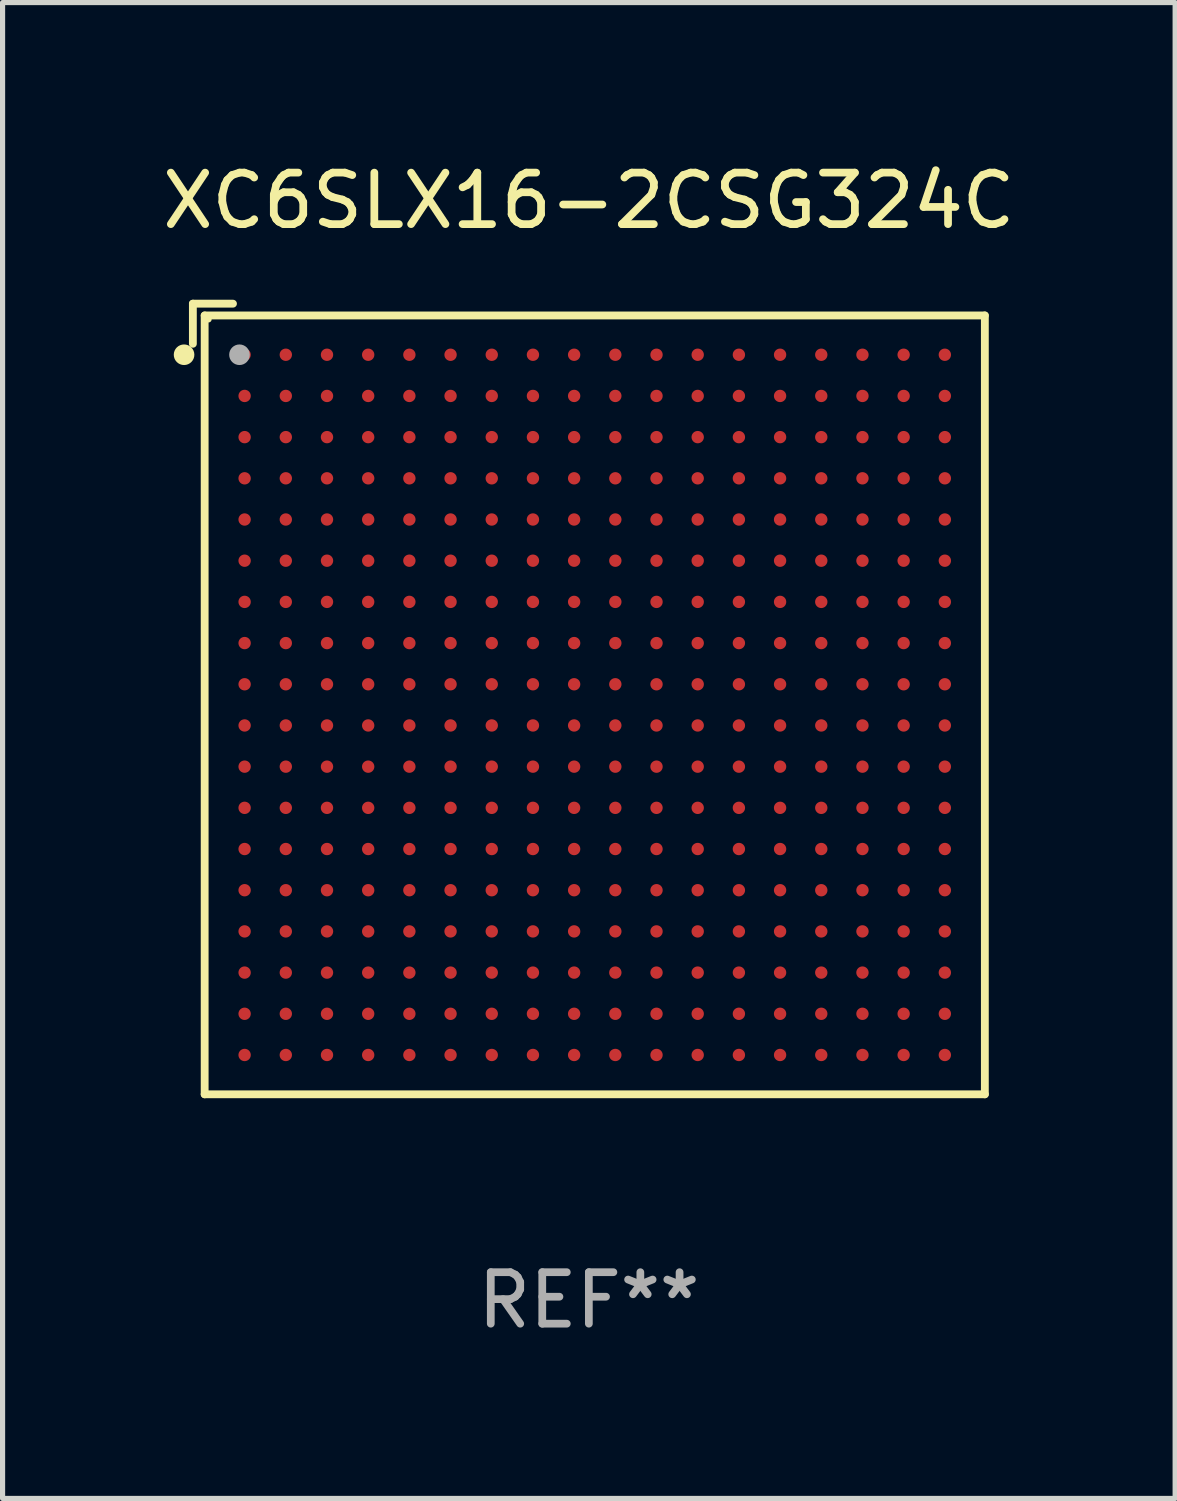
<source format=kicad_pcb>
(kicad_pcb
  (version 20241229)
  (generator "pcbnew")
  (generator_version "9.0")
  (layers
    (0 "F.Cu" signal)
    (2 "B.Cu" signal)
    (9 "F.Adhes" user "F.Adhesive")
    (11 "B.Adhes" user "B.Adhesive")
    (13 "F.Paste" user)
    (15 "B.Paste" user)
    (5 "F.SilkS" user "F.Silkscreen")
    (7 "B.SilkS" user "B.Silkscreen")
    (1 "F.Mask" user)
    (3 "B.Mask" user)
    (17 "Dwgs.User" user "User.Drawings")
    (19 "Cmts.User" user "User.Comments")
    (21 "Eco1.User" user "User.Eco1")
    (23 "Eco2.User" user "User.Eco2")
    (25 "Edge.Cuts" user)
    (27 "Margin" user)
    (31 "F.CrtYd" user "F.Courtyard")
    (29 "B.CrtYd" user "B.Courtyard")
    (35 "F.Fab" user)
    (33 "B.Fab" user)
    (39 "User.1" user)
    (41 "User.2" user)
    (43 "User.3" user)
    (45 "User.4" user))
  (footprint "XC6SLX16-2CSG324C"
    (layer "F.Cu")
    (at 8.387 10.526)
    (property "Reference" "XC6SLX16-2CSG324C" (at 0 -9.678 0) (layer "F.SilkS") (effects (font (size 1 1) (thickness 0.15))))
    (attr through_hole)
    (fp_line (start -7.691 -7.678) (end -7.691 -6.899) (stroke (width 0.152) (type solid)) (layer "F.SilkS"))
    (fp_line (start -7.462 -7.449) (end 7.691 -7.449) (stroke (width 0.152) (type solid)) (layer "F.SilkS"))
    (fp_line (start -7.462 7.678) (end -7.462 -7.449) (stroke (width 0.152) (type solid)) (layer "F.SilkS"))
    (fp_line (start -6.912 -7.678) (end -7.691 -7.678) (stroke (width 0.152) (type solid)) (layer "F.SilkS"))
    (fp_line (start 7.691 -7.449) (end 7.691 7.678) (stroke (width 0.152) (type solid)) (layer "F.SilkS"))
    (fp_line (start 7.691 7.678) (end -7.462 7.678) (stroke (width 0.152) (type solid)) (layer "F.SilkS"))
    (fp_circle (center -7.862 -6.686) (end -7.762 -6.686) (stroke (width 0.2) (type solid)) (fill no) (layer "F.SilkS"))
    (fp_circle (center -7.386 -7.373) (end -7.356 -7.373) (stroke (width 0.06) (type solid)) (fill no) (layer "F.SilkS"))
    (fp_circle (center -6.786 -6.686) (end -6.686 -6.686) (stroke (width 0.2) (type solid)) (fill no) (layer "F.Fab"))
    (fp_text user "REF**" (at 0 11.678 0) (layer "F.Fab") (effects (font (size 1 1) (thickness 0.15))))
    (pad "A1" smd circle (at -6.686 -6.686) (size 0.24 0.24) (layers "F.Cu" "F.Mask" "F.Paste"))
    (pad "A2" smd circle (at -5.886 -6.686) (size 0.24 0.24) (layers "F.Cu" "F.Mask" "F.Paste"))
    (pad "A3" smd circle (at -5.086 -6.686) (size 0.24 0.24) (layers "F.Cu" "F.Mask" "F.Paste"))
    (pad "A4" smd circle (at -4.286 -6.686) (size 0.24 0.24) (layers "F.Cu" "F.Mask" "F.Paste"))
    (pad "A5" smd circle (at -3.486 -6.686) (size 0.24 0.24) (layers "F.Cu" "F.Mask" "F.Paste"))
    (pad "A6" smd circle (at -2.686 -6.686) (size 0.24 0.24) (layers "F.Cu" "F.Mask" "F.Paste"))
    (pad "A7" smd circle (at -1.886 -6.686) (size 0.24 0.24) (layers "F.Cu" "F.Mask" "F.Paste"))
    (pad "A8" smd circle (at -1.086 -6.686) (size 0.24 0.24) (layers "F.Cu" "F.Mask" "F.Paste"))
    (pad "A9" smd circle (at -0.286 -6.686) (size 0.24 0.24) (layers "F.Cu" "F.Mask" "F.Paste"))
    (pad "A10" smd circle (at 0.514 -6.686) (size 0.24 0.24) (layers "F.Cu" "F.Mask" "F.Paste"))
    (pad "A11" smd circle (at 1.314 -6.686) (size 0.24 0.24) (layers "F.Cu" "F.Mask" "F.Paste"))
    (pad "A12" smd circle (at 2.114 -6.686) (size 0.24 0.24) (layers "F.Cu" "F.Mask" "F.Paste"))
    (pad "A13" smd circle (at 2.914 -6.686) (size 0.24 0.24) (layers "F.Cu" "F.Mask" "F.Paste"))
    (pad "A14" smd circle (at 3.714 -6.686) (size 0.24 0.24) (layers "F.Cu" "F.Mask" "F.Paste"))
    (pad "A15" smd circle (at 4.514 -6.686) (size 0.24 0.24) (layers "F.Cu" "F.Mask" "F.Paste"))
    (pad "A16" smd circle (at 5.314 -6.686) (size 0.24 0.24) (layers "F.Cu" "F.Mask" "F.Paste"))
    (pad "A17" smd circle (at 6.114 -6.686) (size 0.24 0.24) (layers "F.Cu" "F.Mask" "F.Paste"))
    (pad "A18" smd circle (at 6.914 -6.686) (size 0.24 0.24) (layers "F.Cu" "F.Mask" "F.Paste"))
    (pad "B1" smd circle (at -6.686 -5.886) (size 0.24 0.24) (layers "F.Cu" "F.Mask" "F.Paste"))
    (pad "B2" smd circle (at -5.886 -5.886) (size 0.24 0.24) (layers "F.Cu" "F.Mask" "F.Paste"))
    (pad "B3" smd circle (at -5.086 -5.886) (size 0.24 0.24) (layers "F.Cu" "F.Mask" "F.Paste"))
    (pad "B4" smd circle (at -4.286 -5.886) (size 0.24 0.24) (layers "F.Cu" "F.Mask" "F.Paste"))
    (pad "B5" smd circle (at -3.486 -5.886) (size 0.24 0.24) (layers "F.Cu" "F.Mask" "F.Paste"))
    (pad "B6" smd circle (at -2.686 -5.886) (size 0.24 0.24) (layers "F.Cu" "F.Mask" "F.Paste"))
    (pad "B7" smd circle (at -1.886 -5.886) (size 0.24 0.24) (layers "F.Cu" "F.Mask" "F.Paste"))
    (pad "B8" smd circle (at -1.086 -5.886) (size 0.24 0.24) (layers "F.Cu" "F.Mask" "F.Paste"))
    (pad "B9" smd circle (at -0.286 -5.886) (size 0.24 0.24) (layers "F.Cu" "F.Mask" "F.Paste"))
    (pad "B10" smd circle (at 0.514 -5.886) (size 0.24 0.24) (layers "F.Cu" "F.Mask" "F.Paste"))
    (pad "B11" smd circle (at 1.314 -5.886) (size 0.24 0.24) (layers "F.Cu" "F.Mask" "F.Paste"))
    (pad "B12" smd circle (at 2.114 -5.886) (size 0.24 0.24) (layers "F.Cu" "F.Mask" "F.Paste"))
    (pad "B13" smd circle (at 2.914 -5.886) (size 0.24 0.24) (layers "F.Cu" "F.Mask" "F.Paste"))
    (pad "B14" smd circle (at 3.714 -5.886) (size 0.24 0.24) (layers "F.Cu" "F.Mask" "F.Paste"))
    (pad "B15" smd circle (at 4.514 -5.886) (size 0.24 0.24) (layers "F.Cu" "F.Mask" "F.Paste"))
    (pad "B16" smd circle (at 5.314 -5.886) (size 0.24 0.24) (layers "F.Cu" "F.Mask" "F.Paste"))
    (pad "B17" smd circle (at 6.114 -5.886) (size 0.24 0.24) (layers "F.Cu" "F.Mask" "F.Paste"))
    (pad "B18" smd circle (at 6.914 -5.886) (size 0.24 0.24) (layers "F.Cu" "F.Mask" "F.Paste"))
    (pad "C1" smd circle (at -6.686 -5.086) (size 0.24 0.24) (layers "F.Cu" "F.Mask" "F.Paste"))
    (pad "C2" smd circle (at -5.886 -5.086) (size 0.24 0.24) (layers "F.Cu" "F.Mask" "F.Paste"))
    (pad "C3" smd circle (at -5.086 -5.086) (size 0.24 0.24) (layers "F.Cu" "F.Mask" "F.Paste"))
    (pad "C4" smd circle (at -4.286 -5.086) (size 0.24 0.24) (layers "F.Cu" "F.Mask" "F.Paste"))
    (pad "C5" smd circle (at -3.486 -5.086) (size 0.24 0.24) (layers "F.Cu" "F.Mask" "F.Paste"))
    (pad "C6" smd circle (at -2.686 -5.086) (size 0.24 0.24) (layers "F.Cu" "F.Mask" "F.Paste"))
    (pad "C7" smd circle (at -1.886 -5.086) (size 0.24 0.24) (layers "F.Cu" "F.Mask" "F.Paste"))
    (pad "C8" smd circle (at -1.086 -5.086) (size 0.24 0.24) (layers "F.Cu" "F.Mask" "F.Paste"))
    (pad "C9" smd circle (at -0.286 -5.086) (size 0.24 0.24) (layers "F.Cu" "F.Mask" "F.Paste"))
    (pad "C10" smd circle (at 0.514 -5.086) (size 0.24 0.24) (layers "F.Cu" "F.Mask" "F.Paste"))
    (pad "C11" smd circle (at 1.314 -5.086) (size 0.24 0.24) (layers "F.Cu" "F.Mask" "F.Paste"))
    (pad "C12" smd circle (at 2.114 -5.086) (size 0.24 0.24) (layers "F.Cu" "F.Mask" "F.Paste"))
    (pad "C13" smd circle (at 2.914 -5.086) (size 0.24 0.24) (layers "F.Cu" "F.Mask" "F.Paste"))
    (pad "C14" smd circle (at 3.714 -5.086) (size 0.24 0.24) (layers "F.Cu" "F.Mask" "F.Paste"))
    (pad "C15" smd circle (at 4.514 -5.086) (size 0.24 0.24) (layers "F.Cu" "F.Mask" "F.Paste"))
    (pad "C16" smd circle (at 5.314 -5.086) (size 0.24 0.24) (layers "F.Cu" "F.Mask" "F.Paste"))
    (pad "C17" smd circle (at 6.114 -5.086) (size 0.24 0.24) (layers "F.Cu" "F.Mask" "F.Paste"))
    (pad "C18" smd circle (at 6.914 -5.086) (size 0.24 0.24) (layers "F.Cu" "F.Mask" "F.Paste"))
    (pad "D1" smd circle (at -6.686 -4.286) (size 0.24 0.24) (layers "F.Cu" "F.Mask" "F.Paste"))
    (pad "D2" smd circle (at -5.886 -4.286) (size 0.24 0.24) (layers "F.Cu" "F.Mask" "F.Paste"))
    (pad "D3" smd circle (at -5.086 -4.286) (size 0.24 0.24) (layers "F.Cu" "F.Mask" "F.Paste"))
    (pad "D4" smd circle (at -4.286 -4.286) (size 0.24 0.24) (layers "F.Cu" "F.Mask" "F.Paste"))
    (pad "D5" smd circle (at -3.486 -4.286) (size 0.24 0.24) (layers "F.Cu" "F.Mask" "F.Paste"))
    (pad "D6" smd circle (at -2.686 -4.286) (size 0.24 0.24) (layers "F.Cu" "F.Mask" "F.Paste"))
    (pad "D7" smd circle (at -1.886 -4.286) (size 0.24 0.24) (layers "F.Cu" "F.Mask" "F.Paste"))
    (pad "D8" smd circle (at -1.086 -4.286) (size 0.24 0.24) (layers "F.Cu" "F.Mask" "F.Paste"))
    (pad "D9" smd circle (at -0.286 -4.286) (size 0.24 0.24) (layers "F.Cu" "F.Mask" "F.Paste"))
    (pad "D10" smd circle (at 0.514 -4.286) (size 0.24 0.24) (layers "F.Cu" "F.Mask" "F.Paste"))
    (pad "D11" smd circle (at 1.314 -4.286) (size 0.24 0.24) (layers "F.Cu" "F.Mask" "F.Paste"))
    (pad "D12" smd circle (at 2.114 -4.286) (size 0.24 0.24) (layers "F.Cu" "F.Mask" "F.Paste"))
    (pad "D13" smd circle (at 2.914 -4.286) (size 0.24 0.24) (layers "F.Cu" "F.Mask" "F.Paste"))
    (pad "D14" smd circle (at 3.714 -4.286) (size 0.24 0.24) (layers "F.Cu" "F.Mask" "F.Paste"))
    (pad "D15" smd circle (at 4.514 -4.286) (size 0.24 0.24) (layers "F.Cu" "F.Mask" "F.Paste"))
    (pad "D16" smd circle (at 5.314 -4.286) (size 0.24 0.24) (layers "F.Cu" "F.Mask" "F.Paste"))
    (pad "D17" smd circle (at 6.114 -4.286) (size 0.24 0.24) (layers "F.Cu" "F.Mask" "F.Paste"))
    (pad "D18" smd circle (at 6.914 -4.286) (size 0.24 0.24) (layers "F.Cu" "F.Mask" "F.Paste"))
    (pad "E1" smd circle (at -6.686 -3.486) (size 0.24 0.24) (layers "F.Cu" "F.Mask" "F.Paste"))
    (pad "E2" smd circle (at -5.886 -3.486) (size 0.24 0.24) (layers "F.Cu" "F.Mask" "F.Paste"))
    (pad "E3" smd circle (at -5.086 -3.486) (size 0.24 0.24) (layers "F.Cu" "F.Mask" "F.Paste"))
    (pad "E4" smd circle (at -4.286 -3.486) (size 0.24 0.24) (layers "F.Cu" "F.Mask" "F.Paste"))
    (pad "E5" smd circle (at -3.486 -3.486) (size 0.24 0.24) (layers "F.Cu" "F.Mask" "F.Paste"))
    (pad "E6" smd circle (at -2.686 -3.486) (size 0.24 0.24) (layers "F.Cu" "F.Mask" "F.Paste"))
    (pad "E7" smd circle (at -1.886 -3.486) (size 0.24 0.24) (layers "F.Cu" "F.Mask" "F.Paste"))
    (pad "E8" smd circle (at -1.086 -3.486) (size 0.24 0.24) (layers "F.Cu" "F.Mask" "F.Paste"))
    (pad "E9" smd circle (at -0.286 -3.486) (size 0.24 0.24) (layers "F.Cu" "F.Mask" "F.Paste"))
    (pad "E10" smd circle (at 0.514 -3.486) (size 0.24 0.24) (layers "F.Cu" "F.Mask" "F.Paste"))
    (pad "E11" smd circle (at 1.314 -3.486) (size 0.24 0.24) (layers "F.Cu" "F.Mask" "F.Paste"))
    (pad "E12" smd circle (at 2.114 -3.486) (size 0.24 0.24) (layers "F.Cu" "F.Mask" "F.Paste"))
    (pad "E13" smd circle (at 2.914 -3.486) (size 0.24 0.24) (layers "F.Cu" "F.Mask" "F.Paste"))
    (pad "E14" smd circle (at 3.714 -3.486) (size 0.24 0.24) (layers "F.Cu" "F.Mask" "F.Paste"))
    (pad "E15" smd circle (at 4.514 -3.486) (size 0.24 0.24) (layers "F.Cu" "F.Mask" "F.Paste"))
    (pad "E16" smd circle (at 5.314 -3.486) (size 0.24 0.24) (layers "F.Cu" "F.Mask" "F.Paste"))
    (pad "E17" smd circle (at 6.114 -3.486) (size 0.24 0.24) (layers "F.Cu" "F.Mask" "F.Paste"))
    (pad "E18" smd circle (at 6.914 -3.486) (size 0.24 0.24) (layers "F.Cu" "F.Mask" "F.Paste"))
    (pad "F1" smd circle (at -6.686 -2.686) (size 0.24 0.24) (layers "F.Cu" "F.Mask" "F.Paste"))
    (pad "F2" smd circle (at -5.886 -2.686) (size 0.24 0.24) (layers "F.Cu" "F.Mask" "F.Paste"))
    (pad "F3" smd circle (at -5.086 -2.686) (size 0.24 0.24) (layers "F.Cu" "F.Mask" "F.Paste"))
    (pad "F4" smd circle (at -4.286 -2.686) (size 0.24 0.24) (layers "F.Cu" "F.Mask" "F.Paste"))
    (pad "F5" smd circle (at -3.486 -2.686) (size 0.24 0.24) (layers "F.Cu" "F.Mask" "F.Paste"))
    (pad "F6" smd circle (at -2.686 -2.686) (size 0.24 0.24) (layers "F.Cu" "F.Mask" "F.Paste"))
    (pad "F7" smd circle (at -1.886 -2.686) (size 0.24 0.24) (layers "F.Cu" "F.Mask" "F.Paste"))
    (pad "F8" smd circle (at -1.086 -2.686) (size 0.24 0.24) (layers "F.Cu" "F.Mask" "F.Paste"))
    (pad "F9" smd circle (at -0.286 -2.686) (size 0.24 0.24) (layers "F.Cu" "F.Mask" "F.Paste"))
    (pad "F10" smd circle (at 0.514 -2.686) (size 0.24 0.24) (layers "F.Cu" "F.Mask" "F.Paste"))
    (pad "F11" smd circle (at 1.314 -2.686) (size 0.24 0.24) (layers "F.Cu" "F.Mask" "F.Paste"))
    (pad "F12" smd circle (at 2.114 -2.686) (size 0.24 0.24) (layers "F.Cu" "F.Mask" "F.Paste"))
    (pad "F13" smd circle (at 2.914 -2.686) (size 0.24 0.24) (layers "F.Cu" "F.Mask" "F.Paste"))
    (pad "F14" smd circle (at 3.714 -2.686) (size 0.24 0.24) (layers "F.Cu" "F.Mask" "F.Paste"))
    (pad "F15" smd circle (at 4.514 -2.686) (size 0.24 0.24) (layers "F.Cu" "F.Mask" "F.Paste"))
    (pad "F16" smd circle (at 5.314 -2.686) (size 0.24 0.24) (layers "F.Cu" "F.Mask" "F.Paste"))
    (pad "F17" smd circle (at 6.114 -2.686) (size 0.24 0.24) (layers "F.Cu" "F.Mask" "F.Paste"))
    (pad "F18" smd circle (at 6.914 -2.686) (size 0.24 0.24) (layers "F.Cu" "F.Mask" "F.Paste"))
    (pad "G1" smd circle (at -6.686 -1.886) (size 0.24 0.24) (layers "F.Cu" "F.Mask" "F.Paste"))
    (pad "G2" smd circle (at -5.886 -1.886) (size 0.24 0.24) (layers "F.Cu" "F.Mask" "F.Paste"))
    (pad "G3" smd circle (at -5.086 -1.886) (size 0.24 0.24) (layers "F.Cu" "F.Mask" "F.Paste"))
    (pad "G4" smd circle (at -4.286 -1.886) (size 0.24 0.24) (layers "F.Cu" "F.Mask" "F.Paste"))
    (pad "G5" smd circle (at -3.486 -1.886) (size 0.24 0.24) (layers "F.Cu" "F.Mask" "F.Paste"))
    (pad "G6" smd circle (at -2.686 -1.886) (size 0.24 0.24) (layers "F.Cu" "F.Mask" "F.Paste"))
    (pad "G7" smd circle (at -1.886 -1.886) (size 0.24 0.24) (layers "F.Cu" "F.Mask" "F.Paste"))
    (pad "G8" smd circle (at -1.086 -1.886) (size 0.24 0.24) (layers "F.Cu" "F.Mask" "F.Paste"))
    (pad "G9" smd circle (at -0.286 -1.886) (size 0.24 0.24) (layers "F.Cu" "F.Mask" "F.Paste"))
    (pad "G10" smd circle (at 0.514 -1.886) (size 0.24 0.24) (layers "F.Cu" "F.Mask" "F.Paste"))
    (pad "G11" smd circle (at 1.314 -1.886) (size 0.24 0.24) (layers "F.Cu" "F.Mask" "F.Paste"))
    (pad "G12" smd circle (at 2.114 -1.886) (size 0.24 0.24) (layers "F.Cu" "F.Mask" "F.Paste"))
    (pad "G13" smd circle (at 2.914 -1.886) (size 0.24 0.24) (layers "F.Cu" "F.Mask" "F.Paste"))
    (pad "G14" smd circle (at 3.714 -1.886) (size 0.24 0.24) (layers "F.Cu" "F.Mask" "F.Paste"))
    (pad "G15" smd circle (at 4.514 -1.886) (size 0.24 0.24) (layers "F.Cu" "F.Mask" "F.Paste"))
    (pad "G16" smd circle (at 5.314 -1.886) (size 0.24 0.24) (layers "F.Cu" "F.Mask" "F.Paste"))
    (pad "G17" smd circle (at 6.114 -1.886) (size 0.24 0.24) (layers "F.Cu" "F.Mask" "F.Paste"))
    (pad "G18" smd circle (at 6.914 -1.886) (size 0.24 0.24) (layers "F.Cu" "F.Mask" "F.Paste"))
    (pad "H1" smd circle (at -6.686 -1.086) (size 0.24 0.24) (layers "F.Cu" "F.Mask" "F.Paste"))
    (pad "H2" smd circle (at -5.886 -1.086) (size 0.24 0.24) (layers "F.Cu" "F.Mask" "F.Paste"))
    (pad "H3" smd circle (at -5.086 -1.086) (size 0.24 0.24) (layers "F.Cu" "F.Mask" "F.Paste"))
    (pad "H4" smd circle (at -4.286 -1.086) (size 0.24 0.24) (layers "F.Cu" "F.Mask" "F.Paste"))
    (pad "H5" smd circle (at -3.486 -1.086) (size 0.24 0.24) (layers "F.Cu" "F.Mask" "F.Paste"))
    (pad "H6" smd circle (at -2.686 -1.086) (size 0.24 0.24) (layers "F.Cu" "F.Mask" "F.Paste"))
    (pad "H7" smd circle (at -1.886 -1.086) (size 0.24 0.24) (layers "F.Cu" "F.Mask" "F.Paste"))
    (pad "H8" smd circle (at -1.086 -1.086) (size 0.24 0.24) (layers "F.Cu" "F.Mask" "F.Paste"))
    (pad "H9" smd circle (at -0.286 -1.086) (size 0.24 0.24) (layers "F.Cu" "F.Mask" "F.Paste"))
    (pad "H10" smd circle (at 0.514 -1.086) (size 0.24 0.24) (layers "F.Cu" "F.Mask" "F.Paste"))
    (pad "H11" smd circle (at 1.314 -1.086) (size 0.24 0.24) (layers "F.Cu" "F.Mask" "F.Paste"))
    (pad "H12" smd circle (at 2.114 -1.086) (size 0.24 0.24) (layers "F.Cu" "F.Mask" "F.Paste"))
    (pad "H13" smd circle (at 2.914 -1.086) (size 0.24 0.24) (layers "F.Cu" "F.Mask" "F.Paste"))
    (pad "H14" smd circle (at 3.714 -1.086) (size 0.24 0.24) (layers "F.Cu" "F.Mask" "F.Paste"))
    (pad "H15" smd circle (at 4.514 -1.086) (size 0.24 0.24) (layers "F.Cu" "F.Mask" "F.Paste"))
    (pad "H16" smd circle (at 5.314 -1.086) (size 0.24 0.24) (layers "F.Cu" "F.Mask" "F.Paste"))
    (pad "H17" smd circle (at 6.114 -1.086) (size 0.24 0.24) (layers "F.Cu" "F.Mask" "F.Paste"))
    (pad "H18" smd circle (at 6.914 -1.086) (size 0.24 0.24) (layers "F.Cu" "F.Mask" "F.Paste"))
    (pad "J1" smd circle (at -6.686 -0.286) (size 0.24 0.24) (layers "F.Cu" "F.Mask" "F.Paste"))
    (pad "J2" smd circle (at -5.886 -0.286) (size 0.24 0.24) (layers "F.Cu" "F.Mask" "F.Paste"))
    (pad "J3" smd circle (at -5.086 -0.286) (size 0.24 0.24) (layers "F.Cu" "F.Mask" "F.Paste"))
    (pad "J4" smd circle (at -4.286 -0.286) (size 0.24 0.24) (layers "F.Cu" "F.Mask" "F.Paste"))
    (pad "J5" smd circle (at -3.486 -0.286) (size 0.24 0.24) (layers "F.Cu" "F.Mask" "F.Paste"))
    (pad "J6" smd circle (at -2.686 -0.286) (size 0.24 0.24) (layers "F.Cu" "F.Mask" "F.Paste"))
    (pad "J7" smd circle (at -1.886 -0.286) (size 0.24 0.24) (layers "F.Cu" "F.Mask" "F.Paste"))
    (pad "J8" smd circle (at -1.086 -0.286) (size 0.24 0.24) (layers "F.Cu" "F.Mask" "F.Paste"))
    (pad "J9" smd circle (at -0.286 -0.286) (size 0.24 0.24) (layers "F.Cu" "F.Mask" "F.Paste"))
    (pad "J10" smd circle (at 0.514 -0.286) (size 0.24 0.24) (layers "F.Cu" "F.Mask" "F.Paste"))
    (pad "J11" smd circle (at 1.314 -0.286) (size 0.24 0.24) (layers "F.Cu" "F.Mask" "F.Paste"))
    (pad "J12" smd circle (at 2.114 -0.286) (size 0.24 0.24) (layers "F.Cu" "F.Mask" "F.Paste"))
    (pad "J13" smd circle (at 2.914 -0.286) (size 0.24 0.24) (layers "F.Cu" "F.Mask" "F.Paste"))
    (pad "J14" smd circle (at 3.714 -0.286) (size 0.24 0.24) (layers "F.Cu" "F.Mask" "F.Paste"))
    (pad "J15" smd circle (at 4.514 -0.286) (size 0.24 0.24) (layers "F.Cu" "F.Mask" "F.Paste"))
    (pad "J16" smd circle (at 5.314 -0.286) (size 0.24 0.24) (layers "F.Cu" "F.Mask" "F.Paste"))
    (pad "J17" smd circle (at 6.114 -0.286) (size 0.24 0.24) (layers "F.Cu" "F.Mask" "F.Paste"))
    (pad "J18" smd circle (at 6.914 -0.286) (size 0.24 0.24) (layers "F.Cu" "F.Mask" "F.Paste"))
    (pad "K1" smd circle (at -6.686 0.514) (size 0.24 0.24) (layers "F.Cu" "F.Mask" "F.Paste"))
    (pad "K2" smd circle (at -5.886 0.514) (size 0.24 0.24) (layers "F.Cu" "F.Mask" "F.Paste"))
    (pad "K3" smd circle (at -5.086 0.514) (size 0.24 0.24) (layers "F.Cu" "F.Mask" "F.Paste"))
    (pad "K4" smd circle (at -4.286 0.514) (size 0.24 0.24) (layers "F.Cu" "F.Mask" "F.Paste"))
    (pad "K5" smd circle (at -3.486 0.514) (size 0.24 0.24) (layers "F.Cu" "F.Mask" "F.Paste"))
    (pad "K6" smd circle (at -2.686 0.514) (size 0.24 0.24) (layers "F.Cu" "F.Mask" "F.Paste"))
    (pad "K7" smd circle (at -1.886 0.514) (size 0.24 0.24) (layers "F.Cu" "F.Mask" "F.Paste"))
    (pad "K8" smd circle (at -1.086 0.514) (size 0.24 0.24) (layers "F.Cu" "F.Mask" "F.Paste"))
    (pad "K9" smd circle (at -0.286 0.514) (size 0.24 0.24) (layers "F.Cu" "F.Mask" "F.Paste"))
    (pad "K10" smd circle (at 0.514 0.514) (size 0.24 0.24) (layers "F.Cu" "F.Mask" "F.Paste"))
    (pad "K11" smd circle (at 1.314 0.514) (size 0.24 0.24) (layers "F.Cu" "F.Mask" "F.Paste"))
    (pad "K12" smd circle (at 2.114 0.514) (size 0.24 0.24) (layers "F.Cu" "F.Mask" "F.Paste"))
    (pad "K13" smd circle (at 2.914 0.514) (size 0.24 0.24) (layers "F.Cu" "F.Mask" "F.Paste"))
    (pad "K14" smd circle (at 3.714 0.514) (size 0.24 0.24) (layers "F.Cu" "F.Mask" "F.Paste"))
    (pad "K15" smd circle (at 4.514 0.514) (size 0.24 0.24) (layers "F.Cu" "F.Mask" "F.Paste"))
    (pad "K16" smd circle (at 5.314 0.514) (size 0.24 0.24) (layers "F.Cu" "F.Mask" "F.Paste"))
    (pad "K17" smd circle (at 6.114 0.514) (size 0.24 0.24) (layers "F.Cu" "F.Mask" "F.Paste"))
    (pad "K18" smd circle (at 6.914 0.514) (size 0.24 0.24) (layers "F.Cu" "F.Mask" "F.Paste"))
    (pad "L1" smd circle (at -6.686 1.314) (size 0.24 0.24) (layers "F.Cu" "F.Mask" "F.Paste"))
    (pad "L2" smd circle (at -5.886 1.314) (size 0.24 0.24) (layers "F.Cu" "F.Mask" "F.Paste"))
    (pad "L3" smd circle (at -5.086 1.314) (size 0.24 0.24) (layers "F.Cu" "F.Mask" "F.Paste"))
    (pad "L4" smd circle (at -4.286 1.314) (size 0.24 0.24) (layers "F.Cu" "F.Mask" "F.Paste"))
    (pad "L5" smd circle (at -3.486 1.314) (size 0.24 0.24) (layers "F.Cu" "F.Mask" "F.Paste"))
    (pad "L6" smd circle (at -2.686 1.314) (size 0.24 0.24) (layers "F.Cu" "F.Mask" "F.Paste"))
    (pad "L7" smd circle (at -1.886 1.314) (size 0.24 0.24) (layers "F.Cu" "F.Mask" "F.Paste"))
    (pad "L8" smd circle (at -1.086 1.314) (size 0.24 0.24) (layers "F.Cu" "F.Mask" "F.Paste"))
    (pad "L9" smd circle (at -0.286 1.314) (size 0.24 0.24) (layers "F.Cu" "F.Mask" "F.Paste"))
    (pad "L10" smd circle (at 0.514 1.314) (size 0.24 0.24) (layers "F.Cu" "F.Mask" "F.Paste"))
    (pad "L11" smd circle (at 1.314 1.314) (size 0.24 0.24) (layers "F.Cu" "F.Mask" "F.Paste"))
    (pad "L12" smd circle (at 2.114 1.314) (size 0.24 0.24) (layers "F.Cu" "F.Mask" "F.Paste"))
    (pad "L13" smd circle (at 2.914 1.314) (size 0.24 0.24) (layers "F.Cu" "F.Mask" "F.Paste"))
    (pad "L14" smd circle (at 3.714 1.314) (size 0.24 0.24) (layers "F.Cu" "F.Mask" "F.Paste"))
    (pad "L15" smd circle (at 4.514 1.314) (size 0.24 0.24) (layers "F.Cu" "F.Mask" "F.Paste"))
    (pad "L16" smd circle (at 5.314 1.314) (size 0.24 0.24) (layers "F.Cu" "F.Mask" "F.Paste"))
    (pad "L17" smd circle (at 6.114 1.314) (size 0.24 0.24) (layers "F.Cu" "F.Mask" "F.Paste"))
    (pad "L18" smd circle (at 6.914 1.314) (size 0.24 0.24) (layers "F.Cu" "F.Mask" "F.Paste"))
    (pad "M1" smd circle (at -6.686 2.114) (size 0.24 0.24) (layers "F.Cu" "F.Mask" "F.Paste"))
    (pad "M2" smd circle (at -5.886 2.114) (size 0.24 0.24) (layers "F.Cu" "F.Mask" "F.Paste"))
    (pad "M3" smd circle (at -5.086 2.114) (size 0.24 0.24) (layers "F.Cu" "F.Mask" "F.Paste"))
    (pad "M4" smd circle (at -4.286 2.114) (size 0.24 0.24) (layers "F.Cu" "F.Mask" "F.Paste"))
    (pad "M5" smd circle (at -3.486 2.114) (size 0.24 0.24) (layers "F.Cu" "F.Mask" "F.Paste"))
    (pad "M6" smd circle (at -2.686 2.114) (size 0.24 0.24) (layers "F.Cu" "F.Mask" "F.Paste"))
    (pad "M7" smd circle (at -1.886 2.114) (size 0.24 0.24) (layers "F.Cu" "F.Mask" "F.Paste"))
    (pad "M8" smd circle (at -1.086 2.114) (size 0.24 0.24) (layers "F.Cu" "F.Mask" "F.Paste"))
    (pad "M9" smd circle (at -0.286 2.114) (size 0.24 0.24) (layers "F.Cu" "F.Mask" "F.Paste"))
    (pad "M10" smd circle (at 0.514 2.114) (size 0.24 0.24) (layers "F.Cu" "F.Mask" "F.Paste"))
    (pad "M11" smd circle (at 1.314 2.114) (size 0.24 0.24) (layers "F.Cu" "F.Mask" "F.Paste"))
    (pad "M12" smd circle (at 2.114 2.114) (size 0.24 0.24) (layers "F.Cu" "F.Mask" "F.Paste"))
    (pad "M13" smd circle (at 2.914 2.114) (size 0.24 0.24) (layers "F.Cu" "F.Mask" "F.Paste"))
    (pad "M14" smd circle (at 3.714 2.114) (size 0.24 0.24) (layers "F.Cu" "F.Mask" "F.Paste"))
    (pad "M15" smd circle (at 4.514 2.114) (size 0.24 0.24) (layers "F.Cu" "F.Mask" "F.Paste"))
    (pad "M16" smd circle (at 5.314 2.114) (size 0.24 0.24) (layers "F.Cu" "F.Mask" "F.Paste"))
    (pad "M17" smd circle (at 6.114 2.114) (size 0.24 0.24) (layers "F.Cu" "F.Mask" "F.Paste"))
    (pad "M18" smd circle (at 6.914 2.114) (size 0.24 0.24) (layers "F.Cu" "F.Mask" "F.Paste"))
    (pad "N1" smd circle (at -6.686 2.914) (size 0.24 0.24) (layers "F.Cu" "F.Mask" "F.Paste"))
    (pad "N2" smd circle (at -5.886 2.914) (size 0.24 0.24) (layers "F.Cu" "F.Mask" "F.Paste"))
    (pad "N3" smd circle (at -5.086 2.914) (size 0.24 0.24) (layers "F.Cu" "F.Mask" "F.Paste"))
    (pad "N4" smd circle (at -4.286 2.914) (size 0.24 0.24) (layers "F.Cu" "F.Mask" "F.Paste"))
    (pad "N5" smd circle (at -3.486 2.914) (size 0.24 0.24) (layers "F.Cu" "F.Mask" "F.Paste"))
    (pad "N6" smd circle (at -2.686 2.914) (size 0.24 0.24) (layers "F.Cu" "F.Mask" "F.Paste"))
    (pad "N7" smd circle (at -1.886 2.914) (size 0.24 0.24) (layers "F.Cu" "F.Mask" "F.Paste"))
    (pad "N8" smd circle (at -1.086 2.914) (size 0.24 0.24) (layers "F.Cu" "F.Mask" "F.Paste"))
    (pad "N9" smd circle (at -0.286 2.914) (size 0.24 0.24) (layers "F.Cu" "F.Mask" "F.Paste"))
    (pad "N10" smd circle (at 0.514 2.914) (size 0.24 0.24) (layers "F.Cu" "F.Mask" "F.Paste"))
    (pad "N11" smd circle (at 1.314 2.914) (size 0.24 0.24) (layers "F.Cu" "F.Mask" "F.Paste"))
    (pad "N12" smd circle (at 2.114 2.914) (size 0.24 0.24) (layers "F.Cu" "F.Mask" "F.Paste"))
    (pad "N13" smd circle (at 2.914 2.914) (size 0.24 0.24) (layers "F.Cu" "F.Mask" "F.Paste"))
    (pad "N14" smd circle (at 3.714 2.914) (size 0.24 0.24) (layers "F.Cu" "F.Mask" "F.Paste"))
    (pad "N15" smd circle (at 4.514 2.914) (size 0.24 0.24) (layers "F.Cu" "F.Mask" "F.Paste"))
    (pad "N16" smd circle (at 5.314 2.914) (size 0.24 0.24) (layers "F.Cu" "F.Mask" "F.Paste"))
    (pad "N17" smd circle (at 6.114 2.914) (size 0.24 0.24) (layers "F.Cu" "F.Mask" "F.Paste"))
    (pad "N18" smd circle (at 6.914 2.914) (size 0.24 0.24) (layers "F.Cu" "F.Mask" "F.Paste"))
    (pad "P1" smd circle (at -6.686 3.714) (size 0.24 0.24) (layers "F.Cu" "F.Mask" "F.Paste"))
    (pad "P2" smd circle (at -5.886 3.714) (size 0.24 0.24) (layers "F.Cu" "F.Mask" "F.Paste"))
    (pad "P3" smd circle (at -5.086 3.714) (size 0.24 0.24) (layers "F.Cu" "F.Mask" "F.Paste"))
    (pad "P4" smd circle (at -4.286 3.714) (size 0.24 0.24) (layers "F.Cu" "F.Mask" "F.Paste"))
    (pad "P5" smd circle (at -3.486 3.714) (size 0.24 0.24) (layers "F.Cu" "F.Mask" "F.Paste"))
    (pad "P6" smd circle (at -2.686 3.714) (size 0.24 0.24) (layers "F.Cu" "F.Mask" "F.Paste"))
    (pad "P7" smd circle (at -1.886 3.714) (size 0.24 0.24) (layers "F.Cu" "F.Mask" "F.Paste"))
    (pad "P8" smd circle (at -1.086 3.714) (size 0.24 0.24) (layers "F.Cu" "F.Mask" "F.Paste"))
    (pad "P9" smd circle (at -0.286 3.714) (size 0.24 0.24) (layers "F.Cu" "F.Mask" "F.Paste"))
    (pad "P10" smd circle (at 0.514 3.714) (size 0.24 0.24) (layers "F.Cu" "F.Mask" "F.Paste"))
    (pad "P11" smd circle (at 1.314 3.714) (size 0.24 0.24) (layers "F.Cu" "F.Mask" "F.Paste"))
    (pad "P12" smd circle (at 2.114 3.714) (size 0.24 0.24) (layers "F.Cu" "F.Mask" "F.Paste"))
    (pad "P13" smd circle (at 2.914 3.714) (size 0.24 0.24) (layers "F.Cu" "F.Mask" "F.Paste"))
    (pad "P14" smd circle (at 3.714 3.714) (size 0.24 0.24) (layers "F.Cu" "F.Mask" "F.Paste"))
    (pad "P15" smd circle (at 4.514 3.714) (size 0.24 0.24) (layers "F.Cu" "F.Mask" "F.Paste"))
    (pad "P16" smd circle (at 5.314 3.714) (size 0.24 0.24) (layers "F.Cu" "F.Mask" "F.Paste"))
    (pad "P17" smd circle (at 6.114 3.714) (size 0.24 0.24) (layers "F.Cu" "F.Mask" "F.Paste"))
    (pad "P18" smd circle (at 6.914 3.714) (size 0.24 0.24) (layers "F.Cu" "F.Mask" "F.Paste"))
    (pad "R1" smd circle (at -6.686 4.514) (size 0.24 0.24) (layers "F.Cu" "F.Mask" "F.Paste"))
    (pad "R2" smd circle (at -5.886 4.514) (size 0.24 0.24) (layers "F.Cu" "F.Mask" "F.Paste"))
    (pad "R3" smd circle (at -5.086 4.514) (size 0.24 0.24) (layers "F.Cu" "F.Mask" "F.Paste"))
    (pad "R4" smd circle (at -4.286 4.514) (size 0.24 0.24) (layers "F.Cu" "F.Mask" "F.Paste"))
    (pad "R5" smd circle (at -3.486 4.514) (size 0.24 0.24) (layers "F.Cu" "F.Mask" "F.Paste"))
    (pad "R6" smd circle (at -2.686 4.514) (size 0.24 0.24) (layers "F.Cu" "F.Mask" "F.Paste"))
    (pad "R7" smd circle (at -1.886 4.514) (size 0.24 0.24) (layers "F.Cu" "F.Mask" "F.Paste"))
    (pad "R8" smd circle (at -1.086 4.514) (size 0.24 0.24) (layers "F.Cu" "F.Mask" "F.Paste"))
    (pad "R9" smd circle (at -0.286 4.514) (size 0.24 0.24) (layers "F.Cu" "F.Mask" "F.Paste"))
    (pad "R10" smd circle (at 0.514 4.514) (size 0.24 0.24) (layers "F.Cu" "F.Mask" "F.Paste"))
    (pad "R11" smd circle (at 1.314 4.514) (size 0.24 0.24) (layers "F.Cu" "F.Mask" "F.Paste"))
    (pad "R12" smd circle (at 2.114 4.514) (size 0.24 0.24) (layers "F.Cu" "F.Mask" "F.Paste"))
    (pad "R13" smd circle (at 2.914 4.514) (size 0.24 0.24) (layers "F.Cu" "F.Mask" "F.Paste"))
    (pad "R14" smd circle (at 3.714 4.514) (size 0.24 0.24) (layers "F.Cu" "F.Mask" "F.Paste"))
    (pad "R15" smd circle (at 4.514 4.514) (size 0.24 0.24) (layers "F.Cu" "F.Mask" "F.Paste"))
    (pad "R16" smd circle (at 5.314 4.514) (size 0.24 0.24) (layers "F.Cu" "F.Mask" "F.Paste"))
    (pad "R17" smd circle (at 6.114 4.514) (size 0.24 0.24) (layers "F.Cu" "F.Mask" "F.Paste"))
    (pad "R18" smd circle (at 6.914 4.514) (size 0.24 0.24) (layers "F.Cu" "F.Mask" "F.Paste"))
    (pad "T1" smd circle (at -6.686 5.314) (size 0.24 0.24) (layers "F.Cu" "F.Mask" "F.Paste"))
    (pad "T2" smd circle (at -5.886 5.314) (size 0.24 0.24) (layers "F.Cu" "F.Mask" "F.Paste"))
    (pad "T3" smd circle (at -5.086 5.314) (size 0.24 0.24) (layers "F.Cu" "F.Mask" "F.Paste"))
    (pad "T4" smd circle (at -4.286 5.314) (size 0.24 0.24) (layers "F.Cu" "F.Mask" "F.Paste"))
    (pad "T5" smd circle (at -3.486 5.314) (size 0.24 0.24) (layers "F.Cu" "F.Mask" "F.Paste"))
    (pad "T6" smd circle (at -2.686 5.314) (size 0.24 0.24) (layers "F.Cu" "F.Mask" "F.Paste"))
    (pad "T7" smd circle (at -1.886 5.314) (size 0.24 0.24) (layers "F.Cu" "F.Mask" "F.Paste"))
    (pad "T8" smd circle (at -1.086 5.314) (size 0.24 0.24) (layers "F.Cu" "F.Mask" "F.Paste"))
    (pad "T9" smd circle (at -0.286 5.314) (size 0.24 0.24) (layers "F.Cu" "F.Mask" "F.Paste"))
    (pad "T10" smd circle (at 0.514 5.314) (size 0.24 0.24) (layers "F.Cu" "F.Mask" "F.Paste"))
    (pad "T11" smd circle (at 1.314 5.314) (size 0.24 0.24) (layers "F.Cu" "F.Mask" "F.Paste"))
    (pad "T12" smd circle (at 2.114 5.314) (size 0.24 0.24) (layers "F.Cu" "F.Mask" "F.Paste"))
    (pad "T13" smd circle (at 2.914 5.314) (size 0.24 0.24) (layers "F.Cu" "F.Mask" "F.Paste"))
    (pad "T14" smd circle (at 3.714 5.314) (size 0.24 0.24) (layers "F.Cu" "F.Mask" "F.Paste"))
    (pad "T15" smd circle (at 4.514 5.314) (size 0.24 0.24) (layers "F.Cu" "F.Mask" "F.Paste"))
    (pad "T16" smd circle (at 5.314 5.314) (size 0.24 0.24) (layers "F.Cu" "F.Mask" "F.Paste"))
    (pad "T17" smd circle (at 6.114 5.314) (size 0.24 0.24) (layers "F.Cu" "F.Mask" "F.Paste"))
    (pad "T18" smd circle (at 6.914 5.314) (size 0.24 0.24) (layers "F.Cu" "F.Mask" "F.Paste"))
    (pad "U1" smd circle (at -6.686 6.114) (size 0.24 0.24) (layers "F.Cu" "F.Mask" "F.Paste"))
    (pad "U2" smd circle (at -5.886 6.114) (size 0.24 0.24) (layers "F.Cu" "F.Mask" "F.Paste"))
    (pad "U3" smd circle (at -5.086 6.114) (size 0.24 0.24) (layers "F.Cu" "F.Mask" "F.Paste"))
    (pad "U4" smd circle (at -4.286 6.114) (size 0.24 0.24) (layers "F.Cu" "F.Mask" "F.Paste"))
    (pad "U5" smd circle (at -3.486 6.114) (size 0.24 0.24) (layers "F.Cu" "F.Mask" "F.Paste"))
    (pad "U6" smd circle (at -2.686 6.114) (size 0.24 0.24) (layers "F.Cu" "F.Mask" "F.Paste"))
    (pad "U7" smd circle (at -1.886 6.114) (size 0.24 0.24) (layers "F.Cu" "F.Mask" "F.Paste"))
    (pad "U8" smd circle (at -1.086 6.114) (size 0.24 0.24) (layers "F.Cu" "F.Mask" "F.Paste"))
    (pad "U9" smd circle (at -0.286 6.114) (size 0.24 0.24) (layers "F.Cu" "F.Mask" "F.Paste"))
    (pad "U10" smd circle (at 0.514 6.114) (size 0.24 0.24) (layers "F.Cu" "F.Mask" "F.Paste"))
    (pad "U11" smd circle (at 1.314 6.114) (size 0.24 0.24) (layers "F.Cu" "F.Mask" "F.Paste"))
    (pad "U12" smd circle (at 2.114 6.114) (size 0.24 0.24) (layers "F.Cu" "F.Mask" "F.Paste"))
    (pad "U13" smd circle (at 2.914 6.114) (size 0.24 0.24) (layers "F.Cu" "F.Mask" "F.Paste"))
    (pad "U14" smd circle (at 3.714 6.114) (size 0.24 0.24) (layers "F.Cu" "F.Mask" "F.Paste"))
    (pad "U15" smd circle (at 4.514 6.114) (size 0.24 0.24) (layers "F.Cu" "F.Mask" "F.Paste"))
    (pad "U16" smd circle (at 5.314 6.114) (size 0.24 0.24) (layers "F.Cu" "F.Mask" "F.Paste"))
    (pad "U17" smd circle (at 6.114 6.114) (size 0.24 0.24) (layers "F.Cu" "F.Mask" "F.Paste"))
    (pad "U18" smd circle (at 6.914 6.114) (size 0.24 0.24) (layers "F.Cu" "F.Mask" "F.Paste"))
    (pad "V1" smd circle (at -6.686 6.914) (size 0.24 0.24) (layers "F.Cu" "F.Mask" "F.Paste"))
    (pad "V2" smd circle (at -5.886 6.914) (size 0.24 0.24) (layers "F.Cu" "F.Mask" "F.Paste"))
    (pad "V3" smd circle (at -5.086 6.914) (size 0.24 0.24) (layers "F.Cu" "F.Mask" "F.Paste"))
    (pad "V4" smd circle (at -4.286 6.914) (size 0.24 0.24) (layers "F.Cu" "F.Mask" "F.Paste"))
    (pad "V5" smd circle (at -3.486 6.914) (size 0.24 0.24) (layers "F.Cu" "F.Mask" "F.Paste"))
    (pad "V6" smd circle (at -2.686 6.914) (size 0.24 0.24) (layers "F.Cu" "F.Mask" "F.Paste"))
    (pad "V7" smd circle (at -1.886 6.914) (size 0.24 0.24) (layers "F.Cu" "F.Mask" "F.Paste"))
    (pad "V8" smd circle (at -1.086 6.914) (size 0.24 0.24) (layers "F.Cu" "F.Mask" "F.Paste"))
    (pad "V9" smd circle (at -0.286 6.914) (size 0.24 0.24) (layers "F.Cu" "F.Mask" "F.Paste"))
    (pad "V10" smd circle (at 0.514 6.914) (size 0.24 0.24) (layers "F.Cu" "F.Mask" "F.Paste"))
    (pad "V11" smd circle (at 1.314 6.914) (size 0.24 0.24) (layers "F.Cu" "F.Mask" "F.Paste"))
    (pad "V12" smd circle (at 2.114 6.914) (size 0.24 0.24) (layers "F.Cu" "F.Mask" "F.Paste"))
    (pad "V13" smd circle (at 2.914 6.914) (size 0.24 0.24) (layers "F.Cu" "F.Mask" "F.Paste"))
    (pad "V14" smd circle (at 3.714 6.914) (size 0.24 0.24) (layers "F.Cu" "F.Mask" "F.Paste"))
    (pad "V15" smd circle (at 4.514 6.914) (size 0.24 0.24) (layers "F.Cu" "F.Mask" "F.Paste"))
    (pad "V16" smd circle (at 5.314 6.914) (size 0.24 0.24) (layers "F.Cu" "F.Mask" "F.Paste"))
    (pad "V17" smd circle (at 6.114 6.914) (size 0.24 0.24) (layers "F.Cu" "F.Mask" "F.Paste"))
    (pad "V18" smd circle (at 6.914 6.914) (size 0.24 0.24) (layers "F.Cu" "F.Mask" "F.Paste")))
  (gr_rect
    (start -3 -3)
    (end 19.774 26.053)
    (stroke (width 0.1) (type default))
    (fill no)
    (layer "Edge.Cuts")))
</source>
